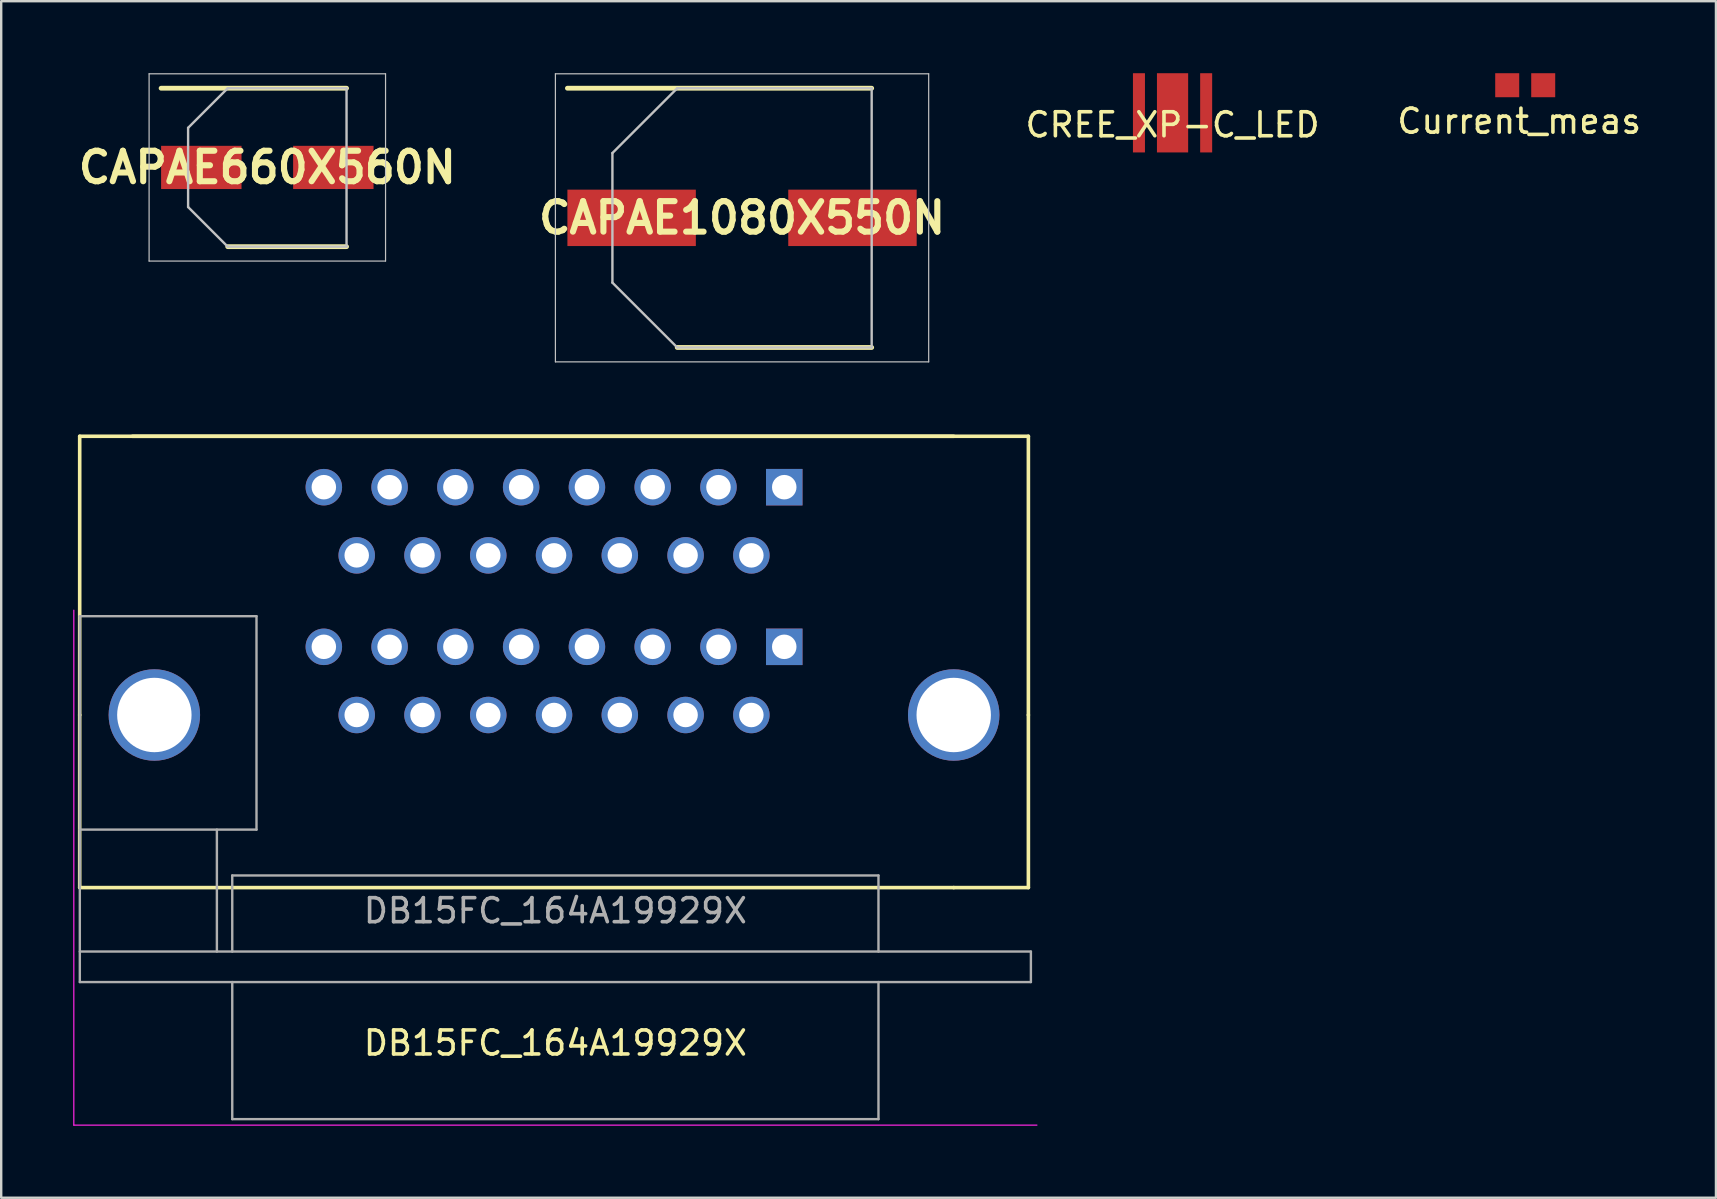
<source format=kicad_pcb>
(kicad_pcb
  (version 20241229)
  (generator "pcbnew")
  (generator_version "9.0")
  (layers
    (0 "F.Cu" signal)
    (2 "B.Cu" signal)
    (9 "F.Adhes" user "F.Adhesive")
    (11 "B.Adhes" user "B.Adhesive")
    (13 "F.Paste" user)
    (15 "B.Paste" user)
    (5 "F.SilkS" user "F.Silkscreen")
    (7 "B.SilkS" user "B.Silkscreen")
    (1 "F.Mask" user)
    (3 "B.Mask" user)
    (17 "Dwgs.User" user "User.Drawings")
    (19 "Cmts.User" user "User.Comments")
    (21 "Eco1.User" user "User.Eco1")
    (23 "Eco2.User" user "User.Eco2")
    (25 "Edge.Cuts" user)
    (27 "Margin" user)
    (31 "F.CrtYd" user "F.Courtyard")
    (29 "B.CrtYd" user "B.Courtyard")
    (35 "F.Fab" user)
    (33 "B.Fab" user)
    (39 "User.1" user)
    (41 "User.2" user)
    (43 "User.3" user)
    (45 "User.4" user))
  (footprint "DB15FC_164A19929X"
    (layer "F.Cu")
    (at 36.68 26.735)
    (property "Reference" "DB15FC_164A19929X" (at -16.595 13.665 180) (layer "F.SilkS") (effects (font (size 1 1) (thickness 0.15))))
    (attr through_hole)
    (fp_line (start -36.41 -11.61) (end -36.41 0) (stroke (width 0.15) (type solid)) (layer "F.SilkS"))
    (fp_line (start -36.41 -11.61) (end 0 -11.61) (stroke (width 0.15) (type solid)) (layer "F.SilkS"))
    (fp_line (start -36.41 0) (end -36.41 7.19) (stroke (width 0.15) (type solid)) (layer "F.SilkS"))
    (fp_line (start -36.41 7.19) (end 0 7.19) (stroke (width 0.15) (type solid)) (layer "F.SilkS"))
    (fp_line (start 3.11 -11.61) (end -34.21 -11.61) (stroke (width 0.15) (type solid)) (layer "F.SilkS"))
    (fp_line (start 3.11 0) (end 3.11 -11.61) (stroke (width 0.15) (type solid)) (layer "F.SilkS"))
    (fp_line (start 3.11 0) (end 3.11 7.19) (stroke (width 0.15) (type solid)) (layer "F.SilkS"))
    (fp_line (start 3.11 7.19) (end 0 7.19) (stroke (width 0.15) (type solid)) (layer "F.SilkS"))
    (fp_line (start -36.655 -4.365) (end -36.655 17.085) (stroke (width 0.05) (type solid)) (layer "F.CrtYd"))
    (fp_line (start 3.465 17.085) (end -36.655 17.085) (stroke (width 0.05) (type solid)) (layer "F.CrtYd"))
    (fp_line (start -36.405 -4.115) (end -36.405 11.125) (stroke (width 0.1) (type solid)) (layer "F.Fab"))
    (fp_line (start -36.405 -4.115) (end -29.045 -4.115) (stroke (width 0.1) (type solid)) (layer "F.Fab"))
    (fp_line (start -36.405 9.855) (end 3.215 9.855) (stroke (width 0.1) (type solid)) (layer "F.Fab"))
    (fp_line (start -36.405 11.125) (end 3.215 11.125) (stroke (width 0.1) (type solid)) (layer "F.Fab"))
    (fp_line (start -30.695 4.775) (end -30.695 9.855) (stroke (width 0.1) (type solid)) (layer "F.Fab"))
    (fp_line (start -30.055 6.685) (end -30.055 9.855) (stroke (width 0.1) (type solid)) (layer "F.Fab"))
    (fp_line (start -30.055 6.685) (end -3.135 6.685) (stroke (width 0.1) (type solid)) (layer "F.Fab"))
    (fp_line (start -30.055 11.125) (end -30.055 16.835) (stroke (width 0.1) (type solid)) (layer "F.Fab"))
    (fp_line (start -29.045 -4.115) (end -29.045 4.775) (stroke (width 0.1) (type solid)) (layer "F.Fab"))
    (fp_line (start -29.045 4.775) (end -36.405 4.775) (stroke (width 0.1) (type solid)) (layer "F.Fab"))
    (fp_line (start -3.135 6.685) (end -3.135 9.855) (stroke (width 0.1) (type solid)) (layer "F.Fab"))
    (fp_line (start -3.135 16.835) (end -30.055 16.835) (stroke (width 0.1) (type solid)) (layer "F.Fab"))
    (fp_line (start -3.135 16.835) (end -3.135 11.125) (stroke (width 0.1) (type solid)) (layer "F.Fab"))
    (fp_line (start 3.215 11.125) (end 3.215 9.855) (stroke (width 0.1) (type solid)) (layer "F.Fab"))
    (fp_text user "${REFERENCE}" (at -16.595 8.155 180) (layer "F.Fab") (effects (font (size 1 1) (thickness 0.15))))
    (pad "" thru_hole circle (at -33.3 0 180) (size 3.81 3.81) (drill 3.1) (layers "*.Cu" "*.Mask"))
    (pad "" thru_hole circle (at 0 0 180) (size 3.81 3.81) (drill 3.1) (layers "*.Cu" "*.Mask"))
    (pad "1" thru_hole rect (at -7.06 -9.49 180) (size 1.52 1.52) (drill 1.02) (layers "*.Cu" "*.Mask"))
    (pad "1" thru_hole rect (at -7.06 -2.84 180) (size 1.52 1.52) (drill 1.02) (layers "*.Cu" "*.Mask"))
    (pad "2" thru_hole circle (at -9.8 -9.49 180) (size 1.52 1.52) (drill 1.02) (layers "*.Cu" "*.Mask"))
    (pad "2" thru_hole circle (at -9.8 -2.84 180) (size 1.52 1.52) (drill 1.02) (layers "*.Cu" "*.Mask"))
    (pad "3" thru_hole circle (at -12.54 -9.49 180) (size 1.52 1.52) (drill 1.02) (layers "*.Cu" "*.Mask"))
    (pad "3" thru_hole circle (at -12.54 -2.84 180) (size 1.52 1.52) (drill 1.02) (layers "*.Cu" "*.Mask"))
    (pad "4" thru_hole circle (at -15.28 -9.49 180) (size 1.52 1.52) (drill 1.02) (layers "*.Cu" "*.Mask"))
    (pad "4" thru_hole circle (at -15.28 -2.84 180) (size 1.52 1.52) (drill 1.02) (layers "*.Cu" "*.Mask"))
    (pad "5" thru_hole circle (at -18.02 -9.49 180) (size 1.52 1.52) (drill 1.02) (layers "*.Cu" "*.Mask"))
    (pad "5" thru_hole circle (at -18.02 -2.84 180) (size 1.52 1.52) (drill 1.02) (layers "*.Cu" "*.Mask"))
    (pad "6" thru_hole circle (at -20.76 -9.49 180) (size 1.52 1.52) (drill 1.02) (layers "*.Cu" "*.Mask"))
    (pad "6" thru_hole circle (at -20.76 -2.84 180) (size 1.52 1.52) (drill 1.02) (layers "*.Cu" "*.Mask"))
    (pad "7" thru_hole circle (at -23.5 -9.49 180) (size 1.52 1.52) (drill 1.02) (layers "*.Cu" "*.Mask"))
    (pad "7" thru_hole circle (at -23.5 -2.84 180) (size 1.52 1.52) (drill 1.02) (layers "*.Cu" "*.Mask"))
    (pad "8" thru_hole circle (at -26.24 -9.49 180) (size 1.52 1.52) (drill 1.02) (layers "*.Cu" "*.Mask"))
    (pad "8" thru_hole circle (at -26.24 -2.84 180) (size 1.52 1.52) (drill 1.02) (layers "*.Cu" "*.Mask"))
    (pad "9" thru_hole circle (at -8.43 -6.65 180) (size 1.52 1.52) (drill 1.02) (layers "*.Cu" "*.Mask"))
    (pad "9" thru_hole circle (at -8.43 0 180) (size 1.52 1.52) (drill 1.02) (layers "*.Cu" "*.Mask"))
    (pad "10" thru_hole circle (at -11.17 -6.65 180) (size 1.52 1.52) (drill 1.02) (layers "*.Cu" "*.Mask"))
    (pad "10" thru_hole circle (at -11.17 0 180) (size 1.52 1.52) (drill 1.02) (layers "*.Cu" "*.Mask"))
    (pad "11" thru_hole circle (at -13.91 -6.65 180) (size 1.52 1.52) (drill 1.02) (layers "*.Cu" "*.Mask"))
    (pad "11" thru_hole circle (at -13.91 0 180) (size 1.52 1.52) (drill 1.02) (layers "*.Cu" "*.Mask"))
    (pad "12" thru_hole circle (at -16.65 -6.65 180) (size 1.52 1.52) (drill 1.02) (layers "*.Cu" "*.Mask"))
    (pad "12" thru_hole circle (at -16.65 0 180) (size 1.52 1.52) (drill 1.02) (layers "*.Cu" "*.Mask"))
    (pad "13" thru_hole circle (at -19.39 -6.65 180) (size 1.52 1.52) (drill 1.02) (layers "*.Cu" "*.Mask"))
    (pad "13" thru_hole circle (at -19.39 0 180) (size 1.52 1.52) (drill 1.02) (layers "*.Cu" "*.Mask"))
    (pad "14" thru_hole circle (at -22.13 -6.65 180) (size 1.52 1.52) (drill 1.02) (layers "*.Cu" "*.Mask"))
    (pad "14" thru_hole circle (at -22.13 0 180) (size 1.52 1.52) (drill 1.02) (layers "*.Cu" "*.Mask"))
    (pad "15" thru_hole circle (at -24.87 -6.65 180) (size 1.52 1.52) (drill 1.02) (layers "*.Cu" "*.Mask"))
    (pad "15" thru_hole circle (at -24.87 0 180) (size 1.52 1.52) (drill 1.02) (layers "*.Cu" "*.Mask")))
  (footprint "CAPAE1080X550N"
    (layer "F.Cu")
    (at 27.862 6.025)
    (property "Reference" "CAPAE1080X550N" (at 0 0 0) (layer "F.SilkS") (effects (font (size 1.27 1.27) (thickness 0.254))))
    (attr smd)
    (fp_line (start -7.275 -5.4) (end 5.4 -5.4) (stroke (width 0.2) (type solid)) (layer "F.SilkS"))
    (fp_line (start -2.7 5.4) (end 5.4 5.4) (stroke (width 0.2) (type solid)) (layer "F.SilkS"))
    (fp_line (start -7.775 -6) (end 7.775 -6) (stroke (width 0.05) (type solid)) (layer "Dwgs.User"))
    (fp_line (start -7.775 6) (end -7.775 -6) (stroke (width 0.05) (type solid)) (layer "Dwgs.User"))
    (fp_line (start -5.4 -2.7) (end -5.4 2.7) (stroke (width 0.1) (type solid)) (layer "Dwgs.User"))
    (fp_line (start -5.4 2.7) (end -2.7 5.4) (stroke (width 0.1) (type solid)) (layer "Dwgs.User"))
    (fp_line (start -2.7 -5.4) (end -5.4 -2.7) (stroke (width 0.1) (type solid)) (layer "Dwgs.User"))
    (fp_line (start -2.7 5.4) (end 5.4 5.4) (stroke (width 0.1) (type solid)) (layer "Dwgs.User"))
    (fp_line (start 5.4 -5.4) (end -2.7 -5.4) (stroke (width 0.1) (type solid)) (layer "Dwgs.User"))
    (fp_line (start 5.4 5.4) (end 5.4 -5.4) (stroke (width 0.1) (type solid)) (layer "Dwgs.User"))
    (fp_line (start 7.775 -6) (end 7.775 6) (stroke (width 0.05) (type solid)) (layer "Dwgs.User"))
    (fp_line (start 7.775 6) (end -7.775 6) (stroke (width 0.05) (type solid)) (layer "Dwgs.User"))
    (pad "1" smd rect (at -4.6 0 90) (size 2.35 5.35) (layers "F.Cu" "F.Mask" "F.Paste"))
    (pad "2" smd rect (at 4.6 0 90) (size 2.35 5.35) (layers "F.Cu" "F.Mask" "F.Paste")))
  (footprint "CREE_XP-C_LED"
    (layer "F.Cu")
    (at 45.796 1.65)
    (property "Reference" "CREE_XP-C_LED" (at 0 0.5 0) (layer "F.SilkS") (effects (font (size 1 1) (thickness 0.15))))
    (attr through_hole)
    (pad "1" smd rect (at -1.4 0) (size 0.5 3.3) (layers "F.Cu" "F.Mask" "F.Paste"))
    (pad "2" smd rect (at 1.4 0) (size 0.5 3.3) (layers "F.Cu" "F.Mask" "F.Paste"))
    (pad "3" smd rect (at 0 0) (size 1.3 3.3) (layers "F.Cu" "F.Mask" "F.Paste")))
  (footprint "CAPAE660X560N"
    (layer "F.Cu")
    (at 8.086 3.925)
    (property "Reference" "CAPAE660X560N" (at 0 0 0) (layer "F.SilkS") (effects (font (size 1.27 1.27) (thickness 0.254))))
    (attr smd)
    (fp_line (start -4.425 -3.3) (end 3.3 -3.3) (stroke (width 0.2) (type solid)) (layer "F.SilkS"))
    (fp_line (start -1.65 3.3) (end 3.3 3.3) (stroke (width 0.2) (type solid)) (layer "F.SilkS"))
    (fp_line (start -4.925 -3.9) (end 4.925 -3.9) (stroke (width 0.05) (type solid)) (layer "Dwgs.User"))
    (fp_line (start -4.925 3.9) (end -4.925 -3.9) (stroke (width 0.05) (type solid)) (layer "Dwgs.User"))
    (fp_line (start -3.3 -1.65) (end -3.3 1.65) (stroke (width 0.1) (type solid)) (layer "Dwgs.User"))
    (fp_line (start -3.3 1.65) (end -1.65 3.3) (stroke (width 0.1) (type solid)) (layer "Dwgs.User"))
    (fp_line (start -1.65 -3.3) (end -3.3 -1.65) (stroke (width 0.1) (type solid)) (layer "Dwgs.User"))
    (fp_line (start -1.65 3.3) (end 3.3 3.3) (stroke (width 0.1) (type solid)) (layer "Dwgs.User"))
    (fp_line (start 3.3 -3.3) (end -1.65 -3.3) (stroke (width 0.1) (type solid)) (layer "Dwgs.User"))
    (fp_line (start 3.3 3.3) (end 3.3 -3.3) (stroke (width 0.1) (type solid)) (layer "Dwgs.User"))
    (fp_line (start 4.925 -3.9) (end 4.925 3.9) (stroke (width 0.05) (type solid)) (layer "Dwgs.User"))
    (fp_line (start 4.925 3.9) (end -4.925 3.9) (stroke (width 0.05) (type solid)) (layer "Dwgs.User"))
    (pad "1" smd rect (at -2.75 0 90) (size 1.8 3.35) (layers "F.Cu" "F.Mask" "F.Paste"))
    (pad "2" smd rect (at 2.75 0 90) (size 1.8 3.35) (layers "F.Cu" "F.Mask" "F.Paste")))
  (footprint "Current_meas"
    (layer "F.Cu")
    (at 59.737 0.5)
    (property "Reference" "Current_meas" (at 0.5 1.5 0) (layer "F.SilkS") (effects (font (size 1 1) (thickness 0.15))))
    (attr through_hole)
    (pad "1" smd rect (at 0 0) (size 1 1) (layers "F.Cu" "F.Mask" "F.Paste"))
    (pad "2" smd rect (at 1.5 0) (size 1 1) (layers "F.Cu" "F.Mask" "F.Paste")))
  (gr_rect
    (start -3 -3)
    (end 68.433 46.845)
    (stroke (width 0.1) (type default))
    (fill no)
    (layer "Edge.Cuts")))
</source>
